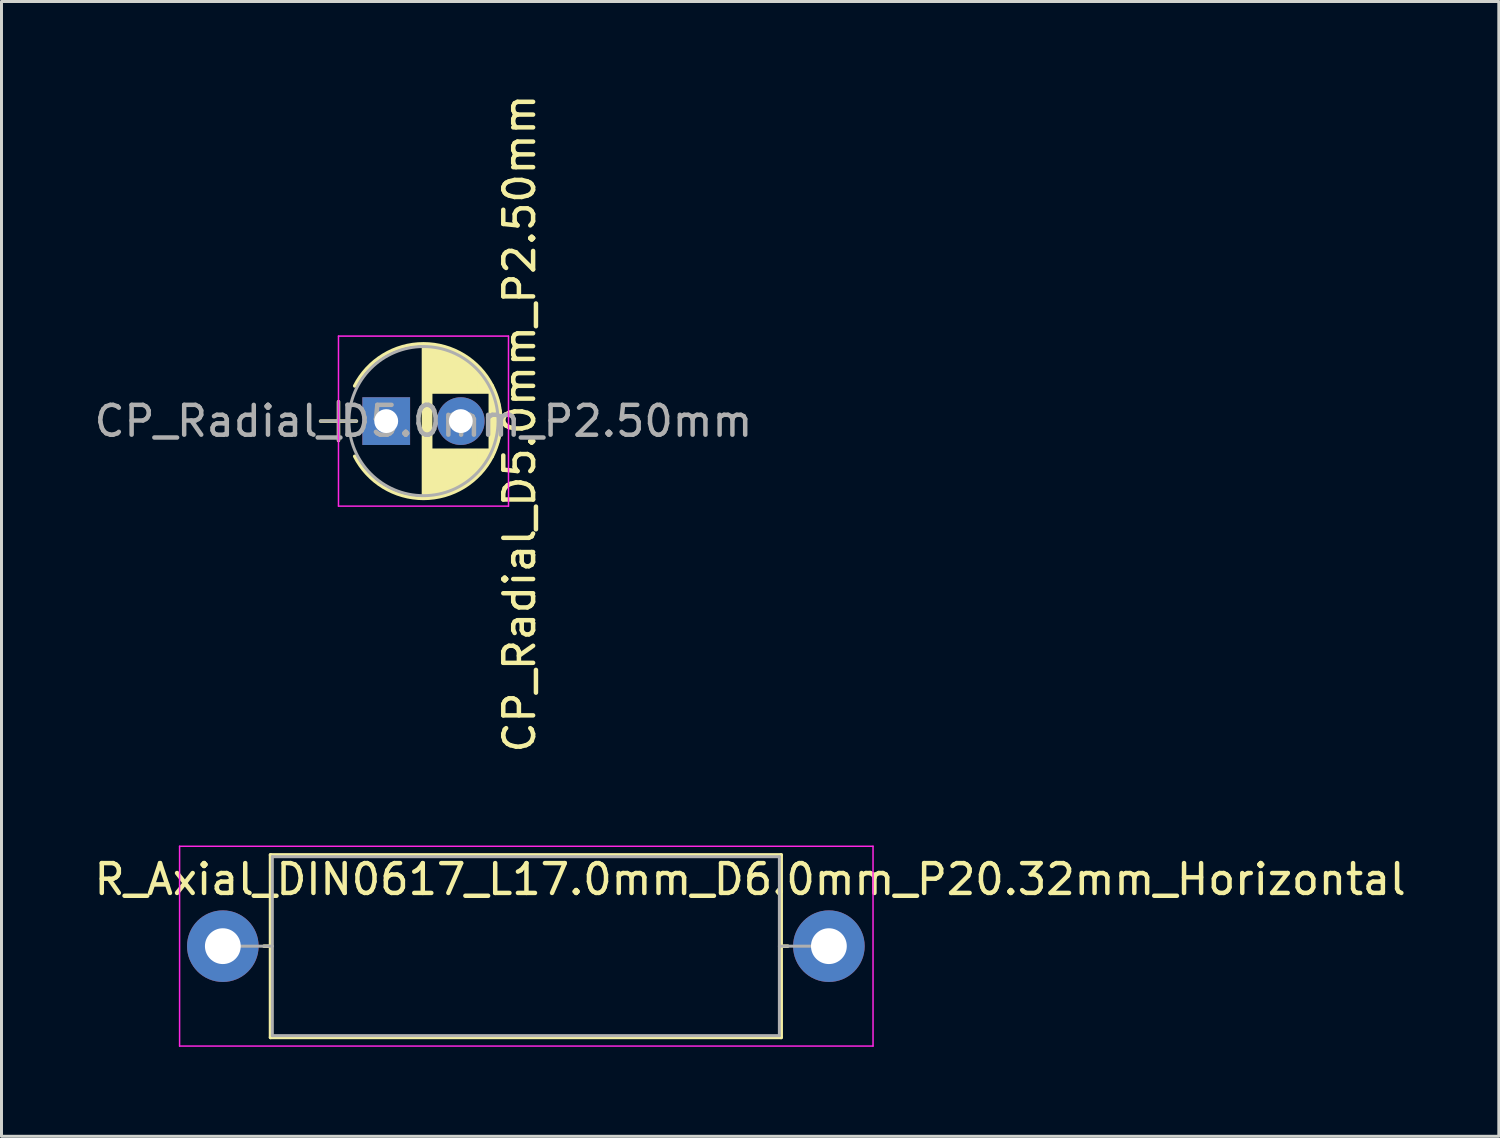
<source format=kicad_pcb>
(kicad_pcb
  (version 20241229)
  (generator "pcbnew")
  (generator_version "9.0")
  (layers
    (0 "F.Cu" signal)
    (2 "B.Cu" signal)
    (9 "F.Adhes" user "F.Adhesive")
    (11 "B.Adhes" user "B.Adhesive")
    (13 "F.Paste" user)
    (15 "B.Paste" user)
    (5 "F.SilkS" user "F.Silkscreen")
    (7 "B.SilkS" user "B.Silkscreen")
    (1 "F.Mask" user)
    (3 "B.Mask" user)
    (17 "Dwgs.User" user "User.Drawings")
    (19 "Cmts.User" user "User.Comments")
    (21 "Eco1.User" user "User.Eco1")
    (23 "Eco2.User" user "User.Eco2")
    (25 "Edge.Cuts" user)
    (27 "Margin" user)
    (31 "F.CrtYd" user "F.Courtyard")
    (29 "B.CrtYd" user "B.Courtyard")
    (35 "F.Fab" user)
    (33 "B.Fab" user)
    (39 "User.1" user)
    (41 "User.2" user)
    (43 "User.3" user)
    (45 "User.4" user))
  (footprint "R_Axial_DIN0617_L17.0mm_D6.0mm_P20.32mm_Horizontal"
    (layer "F.Cu")
    (at 4.421 28.673)
    (property "Reference" "R_Axial_DIN0617_L17.0mm_D6.0mm_P20.32mm_Horizontal" (at 17.68 -2.24 0) (layer "F.SilkS") (effects (font (size 1 1) (thickness 0.15))))
    (attr through_hole)
    (fp_line (start 1.38 0) (end 1.6 0) (stroke (width 0.12) (type solid)) (layer "F.SilkS"))
    (fp_line (start 1.6 -3.06) (end 1.6 3.06) (stroke (width 0.12) (type solid)) (layer "F.SilkS"))
    (fp_line (start 1.6 3.06) (end 18.72 3.06) (stroke (width 0.12) (type solid)) (layer "F.SilkS"))
    (fp_line (start 18.72 -3.06) (end 1.6 -3.06) (stroke (width 0.12) (type solid)) (layer "F.SilkS"))
    (fp_line (start 18.72 3.06) (end 18.72 -3.06) (stroke (width 0.12) (type solid)) (layer "F.SilkS"))
    (fp_line (start 18.94 0) (end 18.72 0) (stroke (width 0.12) (type solid)) (layer "F.SilkS"))
    (fp_line (start -1.45 -3.35) (end -1.45 3.35) (stroke (width 0.05) (type solid)) (layer "F.CrtYd"))
    (fp_line (start -1.45 3.35) (end 21.8 3.35) (stroke (width 0.05) (type solid)) (layer "F.CrtYd"))
    (fp_line (start 21.8 -3.35) (end -1.45 -3.35) (stroke (width 0.05) (type solid)) (layer "F.CrtYd"))
    (fp_line (start 21.8 3.35) (end 21.8 -3.35) (stroke (width 0.05) (type solid)) (layer "F.CrtYd"))
    (fp_line (start 0 0) (end 1.66 0) (stroke (width 0.1) (type solid)) (layer "F.Fab"))
    (fp_line (start 1.66 -3) (end 1.66 3) (stroke (width 0.1) (type solid)) (layer "F.Fab"))
    (fp_line (start 1.66 3) (end 18.66 3) (stroke (width 0.1) (type solid)) (layer "F.Fab"))
    (fp_line (start 18.66 -3) (end 1.66 -3) (stroke (width 0.1) (type solid)) (layer "F.Fab"))
    (fp_line (start 18.66 3) (end 18.66 -3) (stroke (width 0.1) (type solid)) (layer "F.Fab"))
    (fp_line (start 20.32 0) (end 18.66 0) (stroke (width 0.1) (type solid)) (layer "F.Fab"))
    (pad "1" thru_hole circle (at 0 0) (size 2.4 2.4) (drill 1.2) (layers "*.Cu" "*.Mask"))
    (pad "2" thru_hole oval (at 20.32 0) (size 2.4 2.4) (drill 1.2) (layers "*.Cu" "*.Mask")))
  (footprint "CP_Radial_D5.0mm_P2.50mm"
    (layer "F.Cu")
    (at 9.899 11.069)
    (property "Reference" "CP_Radial_D5.0mm_P2.50mm" (at 4.47 0.08 90) (layer "F.SilkS") (effects (font (size 1 1) (thickness 0.15))))
    (attr through_hole)
    (fp_line (start -2.2 0) (end -1 0) (stroke (width 0.12) (type solid)) (layer "F.SilkS"))
    (fp_line (start -1.6 -0.65) (end -1.6 0.65) (stroke (width 0.12) (type solid)) (layer "F.SilkS"))
    (fp_line (start 1.25 -2.55) (end 1.25 2.55) (stroke (width 0.12) (type solid)) (layer "F.SilkS"))
    (fp_line (start 1.29 -2.55) (end 1.29 2.55) (stroke (width 0.12) (type solid)) (layer "F.SilkS"))
    (fp_line (start 1.33 -2.549) (end 1.33 2.549) (stroke (width 0.12) (type solid)) (layer "F.SilkS"))
    (fp_line (start 1.37 -2.548) (end 1.37 2.548) (stroke (width 0.12) (type solid)) (layer "F.SilkS"))
    (fp_line (start 1.41 -2.546) (end 1.41 2.546) (stroke (width 0.12) (type solid)) (layer "F.SilkS"))
    (fp_line (start 1.45 -2.543) (end 1.45 2.543) (stroke (width 0.12) (type solid)) (layer "F.SilkS"))
    (fp_line (start 1.49 -2.539) (end 1.49 2.539) (stroke (width 0.12) (type solid)) (layer "F.SilkS"))
    (fp_line (start 1.53 -2.535) (end 1.53 -0.98) (stroke (width 0.12) (type solid)) (layer "F.SilkS"))
    (fp_line (start 1.53 0.98) (end 1.53 2.535) (stroke (width 0.12) (type solid)) (layer "F.SilkS"))
    (fp_line (start 1.57 -2.531) (end 1.57 -0.98) (stroke (width 0.12) (type solid)) (layer "F.SilkS"))
    (fp_line (start 1.57 0.98) (end 1.57 2.531) (stroke (width 0.12) (type solid)) (layer "F.SilkS"))
    (fp_line (start 1.61 -2.525) (end 1.61 -0.98) (stroke (width 0.12) (type solid)) (layer "F.SilkS"))
    (fp_line (start 1.61 0.98) (end 1.61 2.525) (stroke (width 0.12) (type solid)) (layer "F.SilkS"))
    (fp_line (start 1.65 -2.519) (end 1.65 -0.98) (stroke (width 0.12) (type solid)) (layer "F.SilkS"))
    (fp_line (start 1.65 0.98) (end 1.65 2.519) (stroke (width 0.12) (type solid)) (layer "F.SilkS"))
    (fp_line (start 1.69 -2.513) (end 1.69 -0.98) (stroke (width 0.12) (type solid)) (layer "F.SilkS"))
    (fp_line (start 1.69 0.98) (end 1.69 2.513) (stroke (width 0.12) (type solid)) (layer "F.SilkS"))
    (fp_line (start 1.73 -2.506) (end 1.73 -0.98) (stroke (width 0.12) (type solid)) (layer "F.SilkS"))
    (fp_line (start 1.73 0.98) (end 1.73 2.506) (stroke (width 0.12) (type solid)) (layer "F.SilkS"))
    (fp_line (start 1.77 -2.498) (end 1.77 -0.98) (stroke (width 0.12) (type solid)) (layer "F.SilkS"))
    (fp_line (start 1.77 0.98) (end 1.77 2.498) (stroke (width 0.12) (type solid)) (layer "F.SilkS"))
    (fp_line (start 1.81 -2.489) (end 1.81 -0.98) (stroke (width 0.12) (type solid)) (layer "F.SilkS"))
    (fp_line (start 1.81 0.98) (end 1.81 2.489) (stroke (width 0.12) (type solid)) (layer "F.SilkS"))
    (fp_line (start 1.85 -2.48) (end 1.85 -0.98) (stroke (width 0.12) (type solid)) (layer "F.SilkS"))
    (fp_line (start 1.85 0.98) (end 1.85 2.48) (stroke (width 0.12) (type solid)) (layer "F.SilkS"))
    (fp_line (start 1.89 -2.47) (end 1.89 -0.98) (stroke (width 0.12) (type solid)) (layer "F.SilkS"))
    (fp_line (start 1.89 0.98) (end 1.89 2.47) (stroke (width 0.12) (type solid)) (layer "F.SilkS"))
    (fp_line (start 1.93 -2.46) (end 1.93 -0.98) (stroke (width 0.12) (type solid)) (layer "F.SilkS"))
    (fp_line (start 1.93 0.98) (end 1.93 2.46) (stroke (width 0.12) (type solid)) (layer "F.SilkS"))
    (fp_line (start 1.971 -2.448) (end 1.971 -0.98) (stroke (width 0.12) (type solid)) (layer "F.SilkS"))
    (fp_line (start 1.971 0.98) (end 1.971 2.448) (stroke (width 0.12) (type solid)) (layer "F.SilkS"))
    (fp_line (start 2.011 -2.436) (end 2.011 -0.98) (stroke (width 0.12) (type solid)) (layer "F.SilkS"))
    (fp_line (start 2.011 0.98) (end 2.011 2.436) (stroke (width 0.12) (type solid)) (layer "F.SilkS"))
    (fp_line (start 2.051 -2.424) (end 2.051 -0.98) (stroke (width 0.12) (type solid)) (layer "F.SilkS"))
    (fp_line (start 2.051 0.98) (end 2.051 2.424) (stroke (width 0.12) (type solid)) (layer "F.SilkS"))
    (fp_line (start 2.091 -2.41) (end 2.091 -0.98) (stroke (width 0.12) (type solid)) (layer "F.SilkS"))
    (fp_line (start 2.091 0.98) (end 2.091 2.41) (stroke (width 0.12) (type solid)) (layer "F.SilkS"))
    (fp_line (start 2.131 -2.396) (end 2.131 -0.98) (stroke (width 0.12) (type solid)) (layer "F.SilkS"))
    (fp_line (start 2.131 0.98) (end 2.131 2.396) (stroke (width 0.12) (type solid)) (layer "F.SilkS"))
    (fp_line (start 2.171 -2.382) (end 2.171 -0.98) (stroke (width 0.12) (type solid)) (layer "F.SilkS"))
    (fp_line (start 2.171 0.98) (end 2.171 2.382) (stroke (width 0.12) (type solid)) (layer "F.SilkS"))
    (fp_line (start 2.211 -2.366) (end 2.211 -0.98) (stroke (width 0.12) (type solid)) (layer "F.SilkS"))
    (fp_line (start 2.211 0.98) (end 2.211 2.366) (stroke (width 0.12) (type solid)) (layer "F.SilkS"))
    (fp_line (start 2.251 -2.35) (end 2.251 -0.98) (stroke (width 0.12) (type solid)) (layer "F.SilkS"))
    (fp_line (start 2.251 0.98) (end 2.251 2.35) (stroke (width 0.12) (type solid)) (layer "F.SilkS"))
    (fp_line (start 2.291 -2.333) (end 2.291 -0.98) (stroke (width 0.12) (type solid)) (layer "F.SilkS"))
    (fp_line (start 2.291 0.98) (end 2.291 2.333) (stroke (width 0.12) (type solid)) (layer "F.SilkS"))
    (fp_line (start 2.331 -2.315) (end 2.331 -0.98) (stroke (width 0.12) (type solid)) (layer "F.SilkS"))
    (fp_line (start 2.331 0.98) (end 2.331 2.315) (stroke (width 0.12) (type solid)) (layer "F.SilkS"))
    (fp_line (start 2.371 -2.296) (end 2.371 -0.98) (stroke (width 0.12) (type solid)) (layer "F.SilkS"))
    (fp_line (start 2.371 0.98) (end 2.371 2.296) (stroke (width 0.12) (type solid)) (layer "F.SilkS"))
    (fp_line (start 2.411 -2.276) (end 2.411 -0.98) (stroke (width 0.12) (type solid)) (layer "F.SilkS"))
    (fp_line (start 2.411 0.98) (end 2.411 2.276) (stroke (width 0.12) (type solid)) (layer "F.SilkS"))
    (fp_line (start 2.451 -2.256) (end 2.451 -0.98) (stroke (width 0.12) (type solid)) (layer "F.SilkS"))
    (fp_line (start 2.451 0.98) (end 2.451 2.256) (stroke (width 0.12) (type solid)) (layer "F.SilkS"))
    (fp_line (start 2.491 -2.234) (end 2.491 -0.98) (stroke (width 0.12) (type solid)) (layer "F.SilkS"))
    (fp_line (start 2.491 0.98) (end 2.491 2.234) (stroke (width 0.12) (type solid)) (layer "F.SilkS"))
    (fp_line (start 2.531 -2.212) (end 2.531 -0.98) (stroke (width 0.12) (type solid)) (layer "F.SilkS"))
    (fp_line (start 2.531 0.98) (end 2.531 2.212) (stroke (width 0.12) (type solid)) (layer "F.SilkS"))
    (fp_line (start 2.571 -2.189) (end 2.571 -0.98) (stroke (width 0.12) (type solid)) (layer "F.SilkS"))
    (fp_line (start 2.571 0.98) (end 2.571 2.189) (stroke (width 0.12) (type solid)) (layer "F.SilkS"))
    (fp_line (start 2.611 -2.165) (end 2.611 -0.98) (stroke (width 0.12) (type solid)) (layer "F.SilkS"))
    (fp_line (start 2.611 0.98) (end 2.611 2.165) (stroke (width 0.12) (type solid)) (layer "F.SilkS"))
    (fp_line (start 2.651 -2.14) (end 2.651 -0.98) (stroke (width 0.12) (type solid)) (layer "F.SilkS"))
    (fp_line (start 2.651 0.98) (end 2.651 2.14) (stroke (width 0.12) (type solid)) (layer "F.SilkS"))
    (fp_line (start 2.691 -2.113) (end 2.691 -0.98) (stroke (width 0.12) (type solid)) (layer "F.SilkS"))
    (fp_line (start 2.691 0.98) (end 2.691 2.113) (stroke (width 0.12) (type solid)) (layer "F.SilkS"))
    (fp_line (start 2.731 -2.086) (end 2.731 -0.98) (stroke (width 0.12) (type solid)) (layer "F.SilkS"))
    (fp_line (start 2.731 0.98) (end 2.731 2.086) (stroke (width 0.12) (type solid)) (layer "F.SilkS"))
    (fp_line (start 2.771 -2.058) (end 2.771 -0.98) (stroke (width 0.12) (type solid)) (layer "F.SilkS"))
    (fp_line (start 2.771 0.98) (end 2.771 2.058) (stroke (width 0.12) (type solid)) (layer "F.SilkS"))
    (fp_line (start 2.811 -2.028) (end 2.811 -0.98) (stroke (width 0.12) (type solid)) (layer "F.SilkS"))
    (fp_line (start 2.811 0.98) (end 2.811 2.028) (stroke (width 0.12) (type solid)) (layer "F.SilkS"))
    (fp_line (start 2.851 -1.997) (end 2.851 -0.98) (stroke (width 0.12) (type solid)) (layer "F.SilkS"))
    (fp_line (start 2.851 0.98) (end 2.851 1.997) (stroke (width 0.12) (type solid)) (layer "F.SilkS"))
    (fp_line (start 2.891 -1.965) (end 2.891 -0.98) (stroke (width 0.12) (type solid)) (layer "F.SilkS"))
    (fp_line (start 2.891 0.98) (end 2.891 1.965) (stroke (width 0.12) (type solid)) (layer "F.SilkS"))
    (fp_line (start 2.931 -1.932) (end 2.931 -0.98) (stroke (width 0.12) (type solid)) (layer "F.SilkS"))
    (fp_line (start 2.931 0.98) (end 2.931 1.932) (stroke (width 0.12) (type solid)) (layer "F.SilkS"))
    (fp_line (start 2.971 -1.897) (end 2.971 -0.98) (stroke (width 0.12) (type solid)) (layer "F.SilkS"))
    (fp_line (start 2.971 0.98) (end 2.971 1.897) (stroke (width 0.12) (type solid)) (layer "F.SilkS"))
    (fp_line (start 3.011 -1.861) (end 3.011 -0.98) (stroke (width 0.12) (type solid)) (layer "F.SilkS"))
    (fp_line (start 3.011 0.98) (end 3.011 1.861) (stroke (width 0.12) (type solid)) (layer "F.SilkS"))
    (fp_line (start 3.051 -1.823) (end 3.051 -0.98) (stroke (width 0.12) (type solid)) (layer "F.SilkS"))
    (fp_line (start 3.051 0.98) (end 3.051 1.823) (stroke (width 0.12) (type solid)) (layer "F.SilkS"))
    (fp_line (start 3.091 -1.783) (end 3.091 -0.98) (stroke (width 0.12) (type solid)) (layer "F.SilkS"))
    (fp_line (start 3.091 0.98) (end 3.091 1.783) (stroke (width 0.12) (type solid)) (layer "F.SilkS"))
    (fp_line (start 3.131 -1.742) (end 3.131 -0.98) (stroke (width 0.12) (type solid)) (layer "F.SilkS"))
    (fp_line (start 3.131 0.98) (end 3.131 1.742) (stroke (width 0.12) (type solid)) (layer "F.SilkS"))
    (fp_line (start 3.171 -1.699) (end 3.171 -0.98) (stroke (width 0.12) (type solid)) (layer "F.SilkS"))
    (fp_line (start 3.171 0.98) (end 3.171 1.699) (stroke (width 0.12) (type solid)) (layer "F.SilkS"))
    (fp_line (start 3.211 -1.654) (end 3.211 -0.98) (stroke (width 0.12) (type solid)) (layer "F.SilkS"))
    (fp_line (start 3.211 0.98) (end 3.211 1.654) (stroke (width 0.12) (type solid)) (layer "F.SilkS"))
    (fp_line (start 3.251 -1.606) (end 3.251 -0.98) (stroke (width 0.12) (type solid)) (layer "F.SilkS"))
    (fp_line (start 3.251 0.98) (end 3.251 1.606) (stroke (width 0.12) (type solid)) (layer "F.SilkS"))
    (fp_line (start 3.291 -1.556) (end 3.291 -0.98) (stroke (width 0.12) (type solid)) (layer "F.SilkS"))
    (fp_line (start 3.291 0.98) (end 3.291 1.556) (stroke (width 0.12) (type solid)) (layer "F.SilkS"))
    (fp_line (start 3.331 -1.504) (end 3.331 -0.98) (stroke (width 0.12) (type solid)) (layer "F.SilkS"))
    (fp_line (start 3.331 0.98) (end 3.331 1.504) (stroke (width 0.12) (type solid)) (layer "F.SilkS"))
    (fp_line (start 3.371 -1.448) (end 3.371 -0.98) (stroke (width 0.12) (type solid)) (layer "F.SilkS"))
    (fp_line (start 3.371 0.98) (end 3.371 1.448) (stroke (width 0.12) (type solid)) (layer "F.SilkS"))
    (fp_line (start 3.411 -1.39) (end 3.411 -0.98) (stroke (width 0.12) (type solid)) (layer "F.SilkS"))
    (fp_line (start 3.411 0.98) (end 3.411 1.39) (stroke (width 0.12) (type solid)) (layer "F.SilkS"))
    (fp_line (start 3.451 -1.327) (end 3.451 -0.98) (stroke (width 0.12) (type solid)) (layer "F.SilkS"))
    (fp_line (start 3.451 0.98) (end 3.451 1.327) (stroke (width 0.12) (type solid)) (layer "F.SilkS"))
    (fp_line (start 3.491 -1.261) (end 3.491 1.261) (stroke (width 0.12) (type solid)) (layer "F.SilkS"))
    (fp_line (start 3.531 -1.189) (end 3.531 1.189) (stroke (width 0.12) (type solid)) (layer "F.SilkS"))
    (fp_line (start 3.571 -1.112) (end 3.571 1.112) (stroke (width 0.12) (type solid)) (layer "F.SilkS"))
    (fp_line (start 3.611 -1.028) (end 3.611 1.028) (stroke (width 0.12) (type solid)) (layer "F.SilkS"))
    (fp_line (start 3.651 -0.934) (end 3.651 0.934) (stroke (width 0.12) (type solid)) (layer "F.SilkS"))
    (fp_line (start 3.691 -0.829) (end 3.691 0.829) (stroke (width 0.12) (type solid)) (layer "F.SilkS"))
    (fp_line (start 3.731 -0.707) (end 3.731 0.707) (stroke (width 0.12) (type solid)) (layer "F.SilkS"))
    (fp_line (start 3.771 -0.559) (end 3.771 0.559) (stroke (width 0.12) (type solid)) (layer "F.SilkS"))
    (fp_line (start 3.811 -0.354) (end 3.811 0.354) (stroke (width 0.12) (type solid)) (layer "F.SilkS"))
    (fp_arc (start -1.05558 -1.18) (mid 1.250156 -2.59) (end 3.555722 -1.179722) (stroke (width 0.12) (type solid)) (layer "F.SilkS"))
    (fp_arc (start 3.55558 -1.18) (mid 3.84 -0.000156) (end 3.555722 1.179722) (stroke (width 0.12) (type solid)) (layer "F.SilkS"))
    (fp_arc (start 3.555722 1.179722) (mid 1.250156 2.59) (end -1.05558 1.18) (stroke (width 0.12) (type solid)) (layer "F.SilkS"))
    (fp_line (start -1.6 -2.85) (end -1.6 2.85) (stroke (width 0.05) (type solid)) (layer "F.CrtYd"))
    (fp_line (start -1.6 2.85) (end 4.1 2.85) (stroke (width 0.05) (type solid)) (layer "F.CrtYd"))
    (fp_line (start 4.1 -2.85) (end -1.6 -2.85) (stroke (width 0.05) (type solid)) (layer "F.CrtYd"))
    (fp_line (start 4.1 2.85) (end 4.1 -2.85) (stroke (width 0.05) (type solid)) (layer "F.CrtYd"))
    (fp_line (start -2.2 0) (end -1 0) (stroke (width 0.1) (type solid)) (layer "F.Fab"))
    (fp_line (start -1.6 -0.65) (end -1.6 0.65) (stroke (width 0.1) (type solid)) (layer "F.Fab"))
    (fp_circle (center 1.25 0) (end 3.75 0) (stroke (width 0.1) (type solid)) (fill no) (layer "F.Fab"))
    (fp_text user "${REFERENCE}" (at 1.25 0 0) (layer "F.Fab") (effects (font (size 1 1) (thickness 0.15))))
    (pad "1" thru_hole rect (at 0 0) (size 1.6 1.6) (drill 0.8) (layers "*.Cu" "*.Mask"))
    (pad "2" thru_hole circle (at 2.5 0) (size 1.6 1.6) (drill 0.8) (layers "*.Cu" "*.Mask")))
  (gr_rect
    (start -3 -3)
    (end 47.202 35.048)
    (stroke (width 0.1) (type default))
    (fill no)
    (layer "Edge.Cuts")))
</source>
